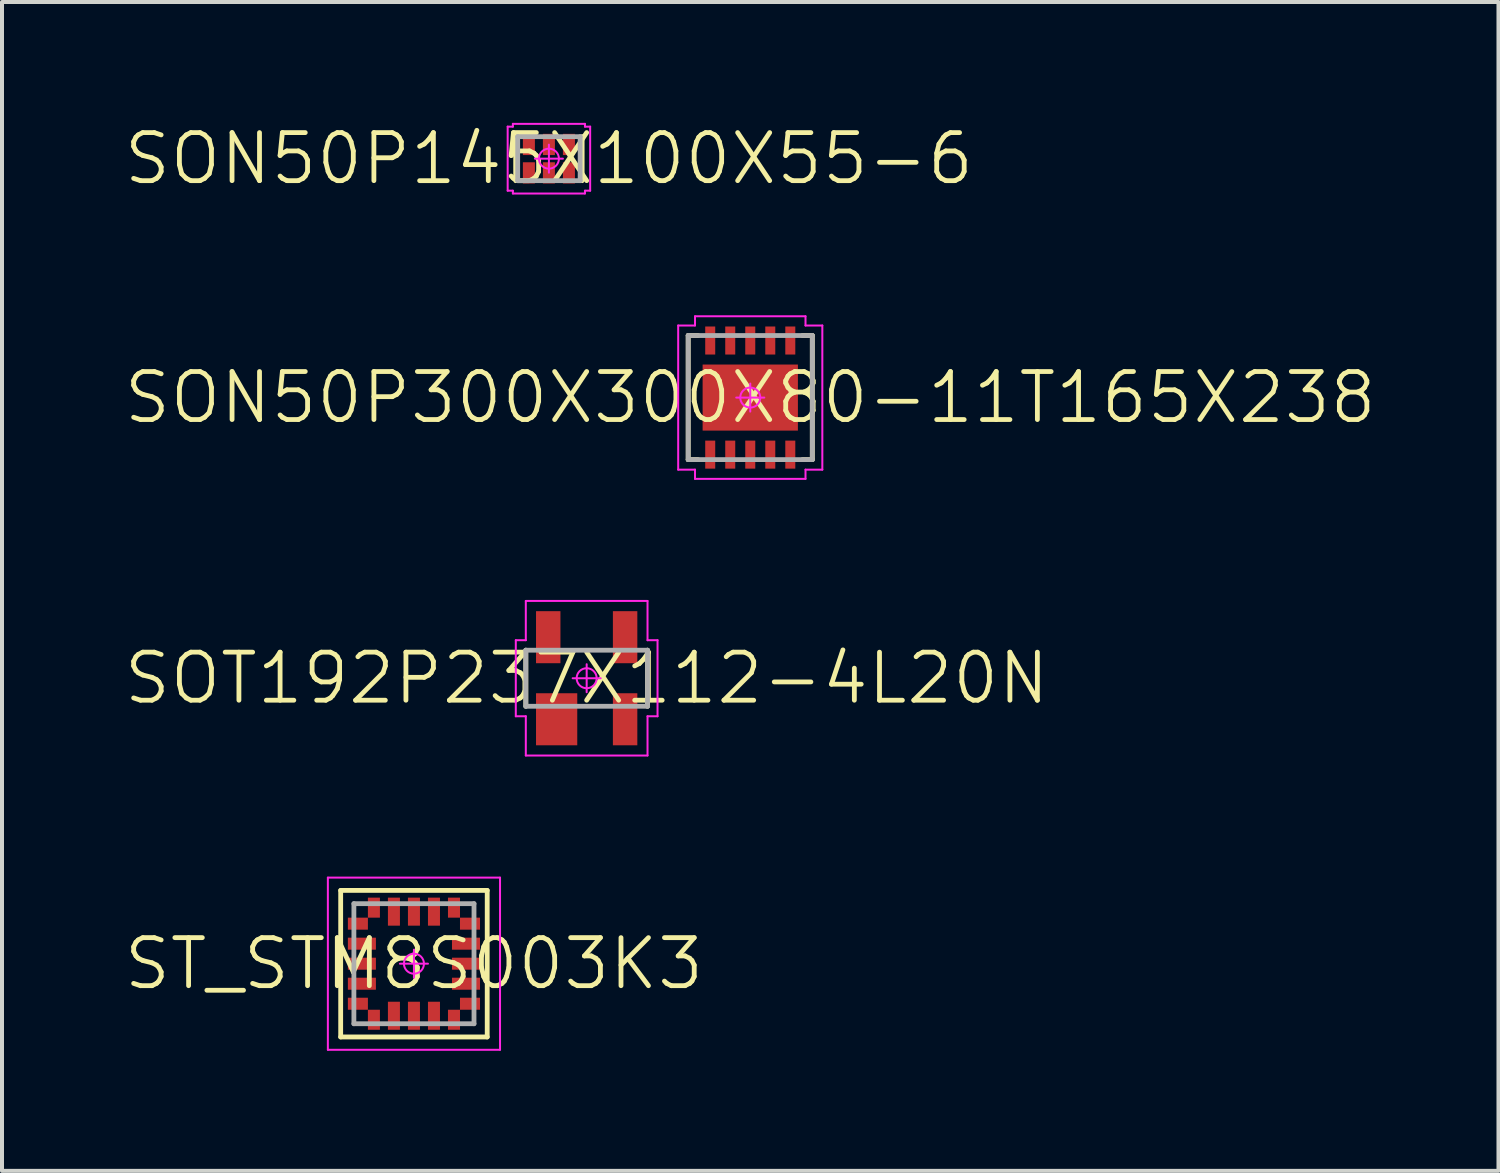
<source format=kicad_pcb>
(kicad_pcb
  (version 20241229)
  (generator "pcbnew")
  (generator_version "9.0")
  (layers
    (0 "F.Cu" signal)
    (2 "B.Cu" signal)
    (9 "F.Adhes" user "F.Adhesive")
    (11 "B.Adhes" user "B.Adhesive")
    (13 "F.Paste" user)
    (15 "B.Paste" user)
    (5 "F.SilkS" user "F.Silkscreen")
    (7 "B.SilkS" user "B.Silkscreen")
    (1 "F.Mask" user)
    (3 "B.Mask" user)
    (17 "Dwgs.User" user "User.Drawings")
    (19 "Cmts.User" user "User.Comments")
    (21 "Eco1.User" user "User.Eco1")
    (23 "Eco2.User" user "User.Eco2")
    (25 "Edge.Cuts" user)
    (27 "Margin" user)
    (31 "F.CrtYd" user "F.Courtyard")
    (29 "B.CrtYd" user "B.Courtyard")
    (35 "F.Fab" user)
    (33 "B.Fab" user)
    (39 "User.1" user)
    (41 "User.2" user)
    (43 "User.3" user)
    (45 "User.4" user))
  (footprint "SOT192P237X112-4L20N"
    (layer "F.Cu")
    (at 11.603 13.89)
    (property "Reference" "SOT192P237X112-4L20N" (at 0 0 0) (layer "F.SilkS") (effects (font (size 1.2 1.2) (thickness 0.12))))
    (attr smd)
    (fp_line (start -1.52 0.7) (end -1.52 -0.7) (stroke (width 0.12) (type solid)) (layer "F.SilkS"))
    (fp_line (start 1.52 0.7) (end 1.52 -0.7) (stroke (width 0.12) (type solid)) (layer "F.SilkS"))
    (fp_line (start -1.77 -0.95) (end -1.77 0.95) (stroke (width 0.05) (type solid)) (layer "F.CrtYd"))
    (fp_line (start -1.77 0.95) (end -1.52 0.95) (stroke (width 0.05) (type solid)) (layer "F.CrtYd"))
    (fp_line (start -1.52 -1.93) (end -1.52 -0.95) (stroke (width 0.05) (type solid)) (layer "F.CrtYd"))
    (fp_line (start -1.52 -0.95) (end -1.77 -0.95) (stroke (width 0.05) (type solid)) (layer "F.CrtYd"))
    (fp_line (start -1.52 0.95) (end -1.52 1.93) (stroke (width 0.05) (type solid)) (layer "F.CrtYd"))
    (fp_line (start -1.52 1.93) (end 1.52 1.93) (stroke (width 0.05) (type solid)) (layer "F.CrtYd"))
    (fp_line (start -0.35 0) (end 0.35 0) (stroke (width 0.05) (type solid)) (layer "F.CrtYd"))
    (fp_line (start 0 -0.35) (end 0 0.35) (stroke (width 0.05) (type solid)) (layer "F.CrtYd"))
    (fp_line (start 1.52 -1.93) (end -1.52 -1.93) (stroke (width 0.05) (type solid)) (layer "F.CrtYd"))
    (fp_line (start 1.52 -0.95) (end 1.52 -1.93) (stroke (width 0.05) (type solid)) (layer "F.CrtYd"))
    (fp_line (start 1.52 0.95) (end 1.77 0.95) (stroke (width 0.05) (type solid)) (layer "F.CrtYd"))
    (fp_line (start 1.52 1.93) (end 1.52 0.95) (stroke (width 0.05) (type solid)) (layer "F.CrtYd"))
    (fp_line (start 1.77 -0.95) (end 1.52 -0.95) (stroke (width 0.05) (type solid)) (layer "F.CrtYd"))
    (fp_line (start 1.77 0.95) (end 1.77 -0.95) (stroke (width 0.05) (type solid)) (layer "F.CrtYd"))
    (fp_circle (center 0 0) (end 0 0.25) (stroke (width 0.05) (type solid)) (fill no) (layer "F.CrtYd"))
    (fp_line (start -1.52 -0.7) (end 1.52 -0.7) (stroke (width 0.12) (type solid)) (layer "F.Fab"))
    (fp_line (start -1.52 0.7) (end -1.52 -0.7) (stroke (width 0.12) (type solid)) (layer "F.Fab"))
    (fp_line (start 1.52 -0.7) (end 1.52 0.7) (stroke (width 0.12) (type solid)) (layer "F.Fab"))
    (fp_line (start 1.52 0.7) (end -1.52 0.7) (stroke (width 0.12) (type solid)) (layer "F.Fab"))
    (pad "1" smd rect (at -0.75 1.025 90) (size 1.3 1.03) (layers "F.Cu" "F.Mask" "F.Paste"))
    (pad "2" smd rect (at 0.96 1.025 90) (size 1.3 0.61) (layers "F.Cu" "F.Mask" "F.Paste"))
    (pad "3" smd rect (at 0.96 -1.025 90) (size 1.3 0.61) (layers "F.Cu" "F.Mask" "F.Paste"))
    (pad "4" smd rect (at -0.96 -1.025 90) (size 1.3 0.61) (layers "F.Cu" "F.Mask" "F.Paste")))
  (footprint "SON50P145X100X55-6"
    (layer "F.Cu")
    (at 10.66 0.913)
    (property "Reference" "SON50P145X100X55-6" (at 0 0 0) (layer "F.SilkS") (effects (font (size 1.2 1.2) (thickness 0.12))))
    (attr smd)
    (fp_line (start -0.83 0.55) (end -0.83 -0.55) (stroke (width 0.12) (type solid)) (layer "F.SilkS"))
    (fp_line (start 0.83 0.55) (end 0.83 -0.55) (stroke (width 0.12) (type solid)) (layer "F.SilkS"))
    (fp_line (start -1.03 -0.8) (end -1.03 0.8) (stroke (width 0.05) (type solid)) (layer "F.CrtYd"))
    (fp_line (start -1.03 0.8) (end -0.9 0.8) (stroke (width 0.05) (type solid)) (layer "F.CrtYd"))
    (fp_line (start -0.9 -0.87) (end -0.9 -0.8) (stroke (width 0.05) (type solid)) (layer "F.CrtYd"))
    (fp_line (start -0.9 -0.8) (end -1.03 -0.8) (stroke (width 0.05) (type solid)) (layer "F.CrtYd"))
    (fp_line (start -0.9 0.8) (end -0.9 0.87) (stroke (width 0.05) (type solid)) (layer "F.CrtYd"))
    (fp_line (start -0.9 0.87) (end 0.9 0.87) (stroke (width 0.05) (type solid)) (layer "F.CrtYd"))
    (fp_line (start -0.35 0) (end 0.35 0) (stroke (width 0.05) (type solid)) (layer "F.CrtYd"))
    (fp_line (start 0 -0.35) (end 0 0.35) (stroke (width 0.05) (type solid)) (layer "F.CrtYd"))
    (fp_line (start 0.9 -0.87) (end -0.9 -0.87) (stroke (width 0.05) (type solid)) (layer "F.CrtYd"))
    (fp_line (start 0.9 -0.8) (end 0.9 -0.87) (stroke (width 0.05) (type solid)) (layer "F.CrtYd"))
    (fp_line (start 0.9 0.8) (end 1.03 0.8) (stroke (width 0.05) (type solid)) (layer "F.CrtYd"))
    (fp_line (start 0.9 0.87) (end 0.9 0.8) (stroke (width 0.05) (type solid)) (layer "F.CrtYd"))
    (fp_line (start 1.03 -0.8) (end 0.9 -0.8) (stroke (width 0.05) (type solid)) (layer "F.CrtYd"))
    (fp_line (start 1.03 0.8) (end 1.03 -0.8) (stroke (width 0.05) (type solid)) (layer "F.CrtYd"))
    (fp_circle (center 0 0) (end 0 0.25) (stroke (width 0.05) (type solid)) (fill no) (layer "F.CrtYd"))
    (fp_line (start -0.78 -0.55) (end 0.78 -0.55) (stroke (width 0.12) (type solid)) (layer "F.Fab"))
    (fp_line (start -0.78 0.55) (end -0.78 -0.55) (stroke (width 0.12) (type solid)) (layer "F.Fab"))
    (fp_line (start 0.78 -0.55) (end 0.78 0.55) (stroke (width 0.12) (type solid)) (layer "F.Fab"))
    (fp_line (start 0.78 0.55) (end -0.78 0.55) (stroke (width 0.12) (type solid)) (layer "F.Fab"))
    (pad "1" smd rect (at -0.5 0.355 90) (size 0.53 0.3) (layers "F.Cu" "F.Mask" "F.Paste"))
    (pad "2" smd rect (at 0 0.355 90) (size 0.53 0.3) (layers "F.Cu" "F.Mask" "F.Paste"))
    (pad "3" smd rect (at 0.5 0.355 90) (size 0.53 0.3) (layers "F.Cu" "F.Mask" "F.Paste"))
    (pad "4" smd rect (at 0.5 -0.355 90) (size 0.53 0.3) (layers "F.Cu" "F.Mask" "F.Paste"))
    (pad "5" smd rect (at 0 -0.355 90) (size 0.53 0.3) (layers "F.Cu" "F.Mask" "F.Paste"))
    (pad "6" smd rect (at -0.5 -0.355 90) (size 0.53 0.3) (layers "F.Cu" "F.Mask" "F.Paste")))
  (footprint "SON50P300X300X80-11T165X238"
    (layer "F.Cu")
    (at 15.689 6.88)
    (property "Reference" "SON50P300X300X80-11T165X238" (at 0 0 0) (layer "F.SilkS") (effects (font (size 1.2 1.2) (thickness 0.12))))
    (attr smd)
    (fp_line (start -1.55 -1.55) (end -1.305 -1.55) (stroke (width 0.12) (type solid)) (layer "F.SilkS"))
    (fp_line (start -1.55 1.55) (end -1.55 -1.55) (stroke (width 0.12) (type solid)) (layer "F.SilkS"))
    (fp_line (start -1.305 1.55) (end -1.55 1.55) (stroke (width 0.12) (type solid)) (layer "F.SilkS"))
    (fp_line (start 1.305 1.55) (end 1.55 1.55) (stroke (width 0.12) (type solid)) (layer "F.SilkS"))
    (fp_line (start 1.55 -1.55) (end 1.305 -1.55) (stroke (width 0.12) (type solid)) (layer "F.SilkS"))
    (fp_line (start 1.55 1.55) (end 1.55 -1.55) (stroke (width 0.12) (type solid)) (layer "F.SilkS"))
    (fp_line (start -1.8 -1.8) (end -1.8 1.8) (stroke (width 0.05) (type solid)) (layer "F.CrtYd"))
    (fp_line (start -1.8 1.8) (end -1.38 1.8) (stroke (width 0.05) (type solid)) (layer "F.CrtYd"))
    (fp_line (start -1.38 -2.03) (end -1.38 -1.8) (stroke (width 0.05) (type solid)) (layer "F.CrtYd"))
    (fp_line (start -1.38 -1.8) (end -1.8 -1.8) (stroke (width 0.05) (type solid)) (layer "F.CrtYd"))
    (fp_line (start -1.38 1.8) (end -1.38 2.03) (stroke (width 0.05) (type solid)) (layer "F.CrtYd"))
    (fp_line (start -1.38 2.03) (end 1.38 2.03) (stroke (width 0.05) (type solid)) (layer "F.CrtYd"))
    (fp_line (start -0.35 0) (end 0.35 0) (stroke (width 0.05) (type solid)) (layer "F.CrtYd"))
    (fp_line (start 0 -0.35) (end 0 0.35) (stroke (width 0.05) (type solid)) (layer "F.CrtYd"))
    (fp_line (start 1.38 -2.03) (end -1.38 -2.03) (stroke (width 0.05) (type solid)) (layer "F.CrtYd"))
    (fp_line (start 1.38 -1.8) (end 1.38 -2.03) (stroke (width 0.05) (type solid)) (layer "F.CrtYd"))
    (fp_line (start 1.38 1.8) (end 1.8 1.8) (stroke (width 0.05) (type solid)) (layer "F.CrtYd"))
    (fp_line (start 1.38 2.03) (end 1.38 1.8) (stroke (width 0.05) (type solid)) (layer "F.CrtYd"))
    (fp_line (start 1.8 -1.8) (end 1.38 -1.8) (stroke (width 0.05) (type solid)) (layer "F.CrtYd"))
    (fp_line (start 1.8 1.8) (end 1.8 -1.8) (stroke (width 0.05) (type solid)) (layer "F.CrtYd"))
    (fp_circle (center 0 0) (end 0 0.25) (stroke (width 0.05) (type solid)) (fill no) (layer "F.CrtYd"))
    (fp_line (start -1.55 -1.55) (end 1.55 -1.55) (stroke (width 0.12) (type solid)) (layer "F.Fab"))
    (fp_line (start -1.55 1.55) (end -1.55 -1.55) (stroke (width 0.12) (type solid)) (layer "F.Fab"))
    (fp_line (start 1.55 -1.55) (end 1.55 1.55) (stroke (width 0.12) (type solid)) (layer "F.Fab"))
    (fp_line (start 1.55 1.55) (end -1.55 1.55) (stroke (width 0.12) (type solid)) (layer "F.Fab"))
    (pad "1" smd rect (at -1 1.425 90) (size 0.7 0.25) (layers "F.Cu" "F.Mask" "F.Paste"))
    (pad "2" smd rect (at -0.5 1.425 90) (size 0.7 0.25) (layers "F.Cu" "F.Mask" "F.Paste"))
    (pad "3" smd rect (at 0 1.425 90) (size 0.7 0.25) (layers "F.Cu" "F.Mask" "F.Paste"))
    (pad "4" smd rect (at 0.5 1.425 90) (size 0.7 0.25) (layers "F.Cu" "F.Mask" "F.Paste"))
    (pad "5" smd rect (at 1 1.425 90) (size 0.7 0.25) (layers "F.Cu" "F.Mask" "F.Paste"))
    (pad "6" smd rect (at 1 -1.425 90) (size 0.7 0.25) (layers "F.Cu" "F.Mask" "F.Paste"))
    (pad "7" smd rect (at 0.5 -1.425 90) (size 0.7 0.25) (layers "F.Cu" "F.Mask" "F.Paste"))
    (pad "8" smd rect (at 0 -1.425 90) (size 0.7 0.25) (layers "F.Cu" "F.Mask" "F.Paste"))
    (pad "9" smd rect (at -0.5 -1.425 90) (size 0.7 0.25) (layers "F.Cu" "F.Mask" "F.Paste"))
    (pad "10" smd rect (at -1 -1.425 90) (size 0.7 0.25) (layers "F.Cu" "F.Mask" "F.Paste"))
    (pad "11" smd rect (at 0 0 90) (size 1.65 2.38) (layers "F.Cu" "F.Mask")))
  (footprint "ST_STM8S003K3"
    (layer "F.Cu")
    (at 7.289 21.02)
    (property "Reference" "ST_STM8S003K3" (at 0 0 0) (layer "F.SilkS") (effects (font (size 1.2 1.2) (thickness 0.12))))
    (attr smd)
    (fp_line (start -1.83 -1.83) (end 1.83 -1.83) (stroke (width 0.12) (type solid)) (layer "F.SilkS"))
    (fp_line (start -1.83 1.83) (end -1.83 -1.83) (stroke (width 0.12) (type solid)) (layer "F.SilkS"))
    (fp_line (start 1.83 -1.83) (end 1.83 1.83) (stroke (width 0.12) (type solid)) (layer "F.SilkS"))
    (fp_line (start 1.83 1.83) (end -1.83 1.83) (stroke (width 0.12) (type solid)) (layer "F.SilkS"))
    (fp_line (start -2.15 -2.15) (end 2.15 -2.15) (stroke (width 0.05) (type solid)) (layer "F.CrtYd"))
    (fp_line (start -2.15 2.15) (end -2.15 -2.15) (stroke (width 0.05) (type solid)) (layer "F.CrtYd"))
    (fp_line (start 0 -0.35) (end 0 0.35) (stroke (width 0.05) (type solid)) (layer "F.CrtYd"))
    (fp_line (start 0.35 0) (end -0.35 0) (stroke (width 0.05) (type solid)) (layer "F.CrtYd"))
    (fp_line (start 2.15 -2.15) (end 2.15 2.15) (stroke (width 0.05) (type solid)) (layer "F.CrtYd"))
    (fp_line (start 2.15 2.15) (end -2.15 2.15) (stroke (width 0.05) (type solid)) (layer "F.CrtYd"))
    (fp_circle (center 0 0) (end 0 0.25) (stroke (width 0.05) (type solid)) (fill no) (layer "F.CrtYd"))
    (fp_line (start -1.5 -1.5) (end 1.5 -1.5) (stroke (width 0.12) (type solid)) (layer "F.Fab"))
    (fp_line (start -1.5 1.5) (end -1.5 -1.5) (stroke (width 0.12) (type solid)) (layer "F.Fab"))
    (fp_line (start 1.5 -1.5) (end 1.5 1.5) (stroke (width 0.12) (type solid)) (layer "F.Fab"))
    (fp_line (start 1.5 1.5) (end -1.5 1.5) (stroke (width 0.12) (type solid)) (layer "F.Fab"))
    (pad "1" smd rect (at -1.4 -1) (size 0.5 0.3) (layers "F.Cu" "F.Mask" "F.Paste"))
    (pad "2" smd rect (at -1.3 -0.5) (size 0.7 0.3) (layers "F.Cu" "F.Mask" "F.Paste"))
    (pad "3" smd rect (at -1.3 0) (size 0.7 0.3) (layers "F.Cu" "F.Mask" "F.Paste"))
    (pad "4" smd rect (at -1.3 0.5) (size 0.7 0.3) (layers "F.Cu" "F.Mask" "F.Paste"))
    (pad "5" smd rect (at -1.4 1) (size 0.5 0.3) (layers "F.Cu" "F.Mask" "F.Paste"))
    (pad "6" smd rect (at -1 1.4 90) (size 0.5 0.3) (layers "F.Cu" "F.Mask" "F.Paste"))
    (pad "7" smd rect (at -0.5 1.3 90) (size 0.7 0.3) (layers "F.Cu" "F.Mask" "F.Paste"))
    (pad "8" smd rect (at 0 1.3 90) (size 0.7 0.3) (layers "F.Cu" "F.Mask" "F.Paste"))
    (pad "9" smd rect (at 0.5 1.3 90) (size 0.7 0.3) (layers "F.Cu" "F.Mask" "F.Paste"))
    (pad "10" smd rect (at 1 1.4 90) (size 0.5 0.3) (layers "F.Cu" "F.Mask" "F.Paste"))
    (pad "11" smd rect (at 1.4 1) (size 0.5 0.3) (layers "F.Cu" "F.Mask" "F.Paste"))
    (pad "12" smd rect (at 1.3 0.5) (size 0.7 0.3) (layers "F.Cu" "F.Mask" "F.Paste"))
    (pad "13" smd rect (at 1.3 0) (size 0.7 0.3) (layers "F.Cu" "F.Mask" "F.Paste"))
    (pad "14" smd rect (at 1.3 -0.5) (size 0.7 0.3) (layers "F.Cu" "F.Mask" "F.Paste"))
    (pad "15" smd rect (at 1.4 -1) (size 0.5 0.3) (layers "F.Cu" "F.Mask" "F.Paste"))
    (pad "16" smd rect (at 1 -1.4 90) (size 0.5 0.3) (layers "F.Cu" "F.Mask" "F.Paste"))
    (pad "17" smd rect (at 0.5 -1.3 90) (size 0.7 0.3) (layers "F.Cu" "F.Mask" "F.Paste"))
    (pad "18" smd rect (at 0 -1.3 90) (size 0.7 0.3) (layers "F.Cu" "F.Mask" "F.Paste"))
    (pad "19" smd rect (at -0.5 -1.3 90) (size 0.7 0.3) (layers "F.Cu" "F.Mask" "F.Paste"))
    (pad "20" smd rect (at -1 -1.4 90) (size 0.5 0.3) (layers "F.Cu" "F.Mask" "F.Paste")))
  (gr_rect
    (start -3 -3)
    (end 34.377 26.195)
    (stroke (width 0.1) (type default))
    (fill no)
    (layer "Edge.Cuts")))
</source>
